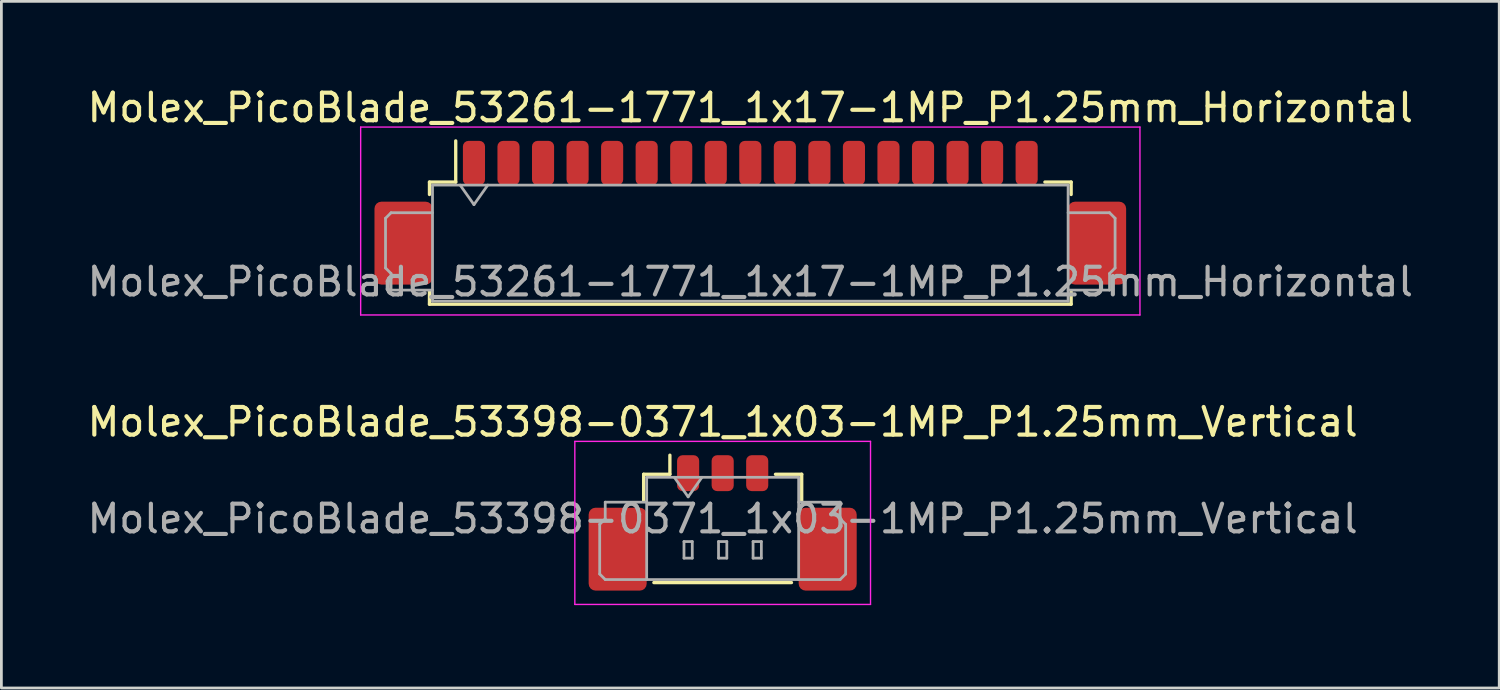
<source format=kicad_pcb>
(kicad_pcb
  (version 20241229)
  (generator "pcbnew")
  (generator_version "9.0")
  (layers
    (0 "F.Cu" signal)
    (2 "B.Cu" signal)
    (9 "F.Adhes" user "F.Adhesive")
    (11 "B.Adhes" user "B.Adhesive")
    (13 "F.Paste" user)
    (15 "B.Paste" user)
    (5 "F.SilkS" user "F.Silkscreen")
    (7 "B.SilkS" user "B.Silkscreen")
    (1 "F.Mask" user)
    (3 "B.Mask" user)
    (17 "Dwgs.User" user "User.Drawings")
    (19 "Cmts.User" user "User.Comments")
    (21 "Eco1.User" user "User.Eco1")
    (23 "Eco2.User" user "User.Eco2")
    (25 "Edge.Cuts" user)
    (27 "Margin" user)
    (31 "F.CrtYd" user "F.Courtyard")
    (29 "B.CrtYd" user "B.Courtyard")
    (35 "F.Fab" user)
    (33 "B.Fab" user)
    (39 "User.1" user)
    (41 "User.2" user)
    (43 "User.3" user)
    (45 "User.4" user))
  (footprint "Molex_PicoBlade_53398-0371_1x03-1MP_P1.25mm_Vertical"
    (layer "F.Cu")
    (at 23.101 15.322)
    (property "Reference" "Molex_PicoBlade_53398-0371_1x03-1MP_P1.25mm_Vertical" (at 0 -3.1 0) (layer "F.SilkS") (effects (font (size 1 1) (thickness 0.15))))
    (attr smd)
    (fp_line (start -2.86 -1.21) (end -1.91 -1.21) (stroke (width 0.12) (type solid)) (layer "F.SilkS"))
    (fp_line (start -2.86 -0.26) (end -2.86 -1.21) (stroke (width 0.12) (type solid)) (layer "F.SilkS"))
    (fp_line (start -2.49 2.71) (end 2.49 2.71) (stroke (width 0.12) (type solid)) (layer "F.SilkS"))
    (fp_line (start -1.91 -1.21) (end -1.91 -1.9) (stroke (width 0.12) (type solid)) (layer "F.SilkS"))
    (fp_line (start 2.86 -1.21) (end 1.91 -1.21) (stroke (width 0.12) (type solid)) (layer "F.SilkS"))
    (fp_line (start 2.86 -0.26) (end 2.86 -1.21) (stroke (width 0.12) (type solid)) (layer "F.SilkS"))
    (fp_line (start -5.35 -2.4) (end -5.35 3.5) (stroke (width 0.05) (type solid)) (layer "F.CrtYd"))
    (fp_line (start -5.35 3.5) (end 5.35 3.5) (stroke (width 0.05) (type solid)) (layer "F.CrtYd"))
    (fp_line (start 5.35 -2.4) (end -5.35 -2.4) (stroke (width 0.05) (type solid)) (layer "F.CrtYd"))
    (fp_line (start 5.35 3.5) (end 5.35 -2.4) (stroke (width 0.05) (type solid)) (layer "F.CrtYd"))
    (fp_line (start -4.45 0.6) (end -4.25 0.4) (stroke (width 0.1) (type solid)) (layer "F.Fab"))
    (fp_line (start -4.45 2.4) (end -4.45 0.6) (stroke (width 0.1) (type solid)) (layer "F.Fab"))
    (fp_line (start -4.25 -0.2) (end -2.75 -0.2) (stroke (width 0.1) (type solid)) (layer "F.Fab"))
    (fp_line (start -4.25 0.4) (end -4.25 -0.2) (stroke (width 0.1) (type solid)) (layer "F.Fab"))
    (fp_line (start -4.25 2.6) (end -4.45 2.4) (stroke (width 0.1) (type solid)) (layer "F.Fab"))
    (fp_line (start -2.75 -1.1) (end -2.75 2.6) (stroke (width 0.1) (type solid)) (layer "F.Fab"))
    (fp_line (start -2.75 -1.1) (end 2.75 -1.1) (stroke (width 0.1) (type solid)) (layer "F.Fab"))
    (fp_line (start -2.75 2.6) (end -4.25 2.6) (stroke (width 0.1) (type solid)) (layer "F.Fab"))
    (fp_line (start -2.75 2.6) (end 2.75 2.6) (stroke (width 0.1) (type solid)) (layer "F.Fab"))
    (fp_line (start -1.75 -1.1) (end -1.25 -0.393) (stroke (width 0.1) (type solid)) (layer "F.Fab"))
    (fp_line (start -1.4 1.225) (end -1.4 1.825) (stroke (width 0.1) (type solid)) (layer "F.Fab"))
    (fp_line (start -1.4 1.825) (end -1.1 1.825) (stroke (width 0.1) (type solid)) (layer "F.Fab"))
    (fp_line (start -1.25 -0.393) (end -0.75 -1.1) (stroke (width 0.1) (type solid)) (layer "F.Fab"))
    (fp_line (start -1.1 1.225) (end -1.4 1.225) (stroke (width 0.1) (type solid)) (layer "F.Fab"))
    (fp_line (start -1.1 1.825) (end -1.1 1.225) (stroke (width 0.1) (type solid)) (layer "F.Fab"))
    (fp_line (start -0.15 1.225) (end -0.15 1.825) (stroke (width 0.1) (type solid)) (layer "F.Fab"))
    (fp_line (start -0.15 1.825) (end 0.15 1.825) (stroke (width 0.1) (type solid)) (layer "F.Fab"))
    (fp_line (start 0.15 1.225) (end -0.15 1.225) (stroke (width 0.1) (type solid)) (layer "F.Fab"))
    (fp_line (start 0.15 1.825) (end 0.15 1.225) (stroke (width 0.1) (type solid)) (layer "F.Fab"))
    (fp_line (start 1.1 1.225) (end 1.1 1.825) (stroke (width 0.1) (type solid)) (layer "F.Fab"))
    (fp_line (start 1.1 1.825) (end 1.4 1.825) (stroke (width 0.1) (type solid)) (layer "F.Fab"))
    (fp_line (start 1.4 1.225) (end 1.1 1.225) (stroke (width 0.1) (type solid)) (layer "F.Fab"))
    (fp_line (start 1.4 1.825) (end 1.4 1.225) (stroke (width 0.1) (type solid)) (layer "F.Fab"))
    (fp_line (start 2.75 -1.1) (end 2.75 2.6) (stroke (width 0.1) (type solid)) (layer "F.Fab"))
    (fp_line (start 2.75 2.6) (end 4.25 2.6) (stroke (width 0.1) (type solid)) (layer "F.Fab"))
    (fp_line (start 4.25 -0.2) (end 2.75 -0.2) (stroke (width 0.1) (type solid)) (layer "F.Fab"))
    (fp_line (start 4.25 0.4) (end 4.25 -0.2) (stroke (width 0.1) (type solid)) (layer "F.Fab"))
    (fp_line (start 4.25 2.6) (end 4.45 2.4) (stroke (width 0.1) (type solid)) (layer "F.Fab"))
    (fp_line (start 4.45 0.6) (end 4.25 0.4) (stroke (width 0.1) (type solid)) (layer "F.Fab"))
    (fp_line (start 4.45 2.4) (end 4.45 0.6) (stroke (width 0.1) (type solid)) (layer "F.Fab"))
    (fp_text user "${REFERENCE}" (at 0 0.4 0) (layer "F.Fab") (effects (font (size 1 1) (thickness 0.15))))
    (pad "1" smd roundrect (at -1.25 -1.25) (size 0.8 1.3) (layers "F.Cu" "F.Mask" "F.Paste") (roundrect_rratio 0.25))
    (pad "2" smd roundrect (at 0 -1.25) (size 0.8 1.3) (layers "F.Cu" "F.Mask" "F.Paste") (roundrect_rratio 0.25))
    (pad "3" smd roundrect (at 1.25 -1.25) (size 0.8 1.3) (layers "F.Cu" "F.Mask" "F.Paste") (roundrect_rratio 0.25))
    (pad "MP" smd roundrect (at -3.8 1.5) (size 2.1 3) (layers "F.Cu" "F.Mask" "F.Paste") (roundrect_rratio 0.119))
    (pad "MP" smd roundrect (at 3.8 1.5) (size 2.1 3) (layers "F.Cu" "F.Mask" "F.Paste") (roundrect_rratio 0.119)))
  (footprint "Molex_PicoBlade_53261-1771_1x17-1MP_P1.25mm_Horizontal"
    (layer "F.Cu")
    (at 24.101 5.248)
    (property "Reference" "Molex_PicoBlade_53261-1771_1x17-1MP_P1.25mm_Horizontal" (at 0 -4.4 0) (layer "F.SilkS") (effects (font (size 1 1) (thickness 0.15))))
    (attr smd)
    (fp_line (start -11.61 -1.71) (end -10.66 -1.71) (stroke (width 0.12) (type solid)) (layer "F.SilkS"))
    (fp_line (start -11.61 -1.26) (end -11.61 -1.71) (stroke (width 0.12) (type solid)) (layer "F.SilkS"))
    (fp_line (start -11.61 2.26) (end -11.61 2.71) (stroke (width 0.12) (type solid)) (layer "F.SilkS"))
    (fp_line (start -11.61 2.71) (end 11.61 2.71) (stroke (width 0.12) (type solid)) (layer "F.SilkS"))
    (fp_line (start -10.66 -1.71) (end -10.66 -3.2) (stroke (width 0.12) (type solid)) (layer "F.SilkS"))
    (fp_line (start 11.61 -1.71) (end 10.66 -1.71) (stroke (width 0.12) (type solid)) (layer "F.SilkS"))
    (fp_line (start 11.61 -1.26) (end 11.61 -1.71) (stroke (width 0.12) (type solid)) (layer "F.SilkS"))
    (fp_line (start 11.61 2.71) (end 11.61 2.26) (stroke (width 0.12) (type solid)) (layer "F.SilkS"))
    (fp_line (start -14.1 -3.7) (end -14.1 3.1) (stroke (width 0.05) (type solid)) (layer "F.CrtYd"))
    (fp_line (start -14.1 3.1) (end 14.1 3.1) (stroke (width 0.05) (type solid)) (layer "F.CrtYd"))
    (fp_line (start 14.1 -3.7) (end -14.1 -3.7) (stroke (width 0.05) (type solid)) (layer "F.CrtYd"))
    (fp_line (start 14.1 3.1) (end 14.1 -3.7) (stroke (width 0.05) (type solid)) (layer "F.CrtYd"))
    (fp_line (start -13.2 -0.4) (end -13.2 1.4) (stroke (width 0.1) (type solid)) (layer "F.Fab"))
    (fp_line (start -13.2 1.4) (end -13 1.6) (stroke (width 0.1) (type solid)) (layer "F.Fab"))
    (fp_line (start -13 -0.6) (end -13.2 -0.4) (stroke (width 0.1) (type solid)) (layer "F.Fab"))
    (fp_line (start -13 1.6) (end -13 2.2) (stroke (width 0.1) (type solid)) (layer "F.Fab"))
    (fp_line (start -13 2.2) (end -11.5 2.2) (stroke (width 0.1) (type solid)) (layer "F.Fab"))
    (fp_line (start -11.5 -1.6) (end -11.5 2.6) (stroke (width 0.1) (type solid)) (layer "F.Fab"))
    (fp_line (start -11.5 -1.6) (end 11.5 -1.6) (stroke (width 0.1) (type solid)) (layer "F.Fab"))
    (fp_line (start -11.5 -0.6) (end -13 -0.6) (stroke (width 0.1) (type solid)) (layer "F.Fab"))
    (fp_line (start -11.5 2.6) (end 11.5 2.6) (stroke (width 0.1) (type solid)) (layer "F.Fab"))
    (fp_line (start -10.5 -1.6) (end -10 -0.893) (stroke (width 0.1) (type solid)) (layer "F.Fab"))
    (fp_line (start -10 -0.893) (end -9.5 -1.6) (stroke (width 0.1) (type solid)) (layer "F.Fab"))
    (fp_line (start 11.5 -1.6) (end 11.5 2.6) (stroke (width 0.1) (type solid)) (layer "F.Fab"))
    (fp_line (start 11.5 -0.6) (end 13 -0.6) (stroke (width 0.1) (type solid)) (layer "F.Fab"))
    (fp_line (start 13 -0.6) (end 13.2 -0.4) (stroke (width 0.1) (type solid)) (layer "F.Fab"))
    (fp_line (start 13 1.6) (end 13 2.2) (stroke (width 0.1) (type solid)) (layer "F.Fab"))
    (fp_line (start 13 2.2) (end 11.5 2.2) (stroke (width 0.1) (type solid)) (layer "F.Fab"))
    (fp_line (start 13.2 -0.4) (end 13.2 1.4) (stroke (width 0.1) (type solid)) (layer "F.Fab"))
    (fp_line (start 13.2 1.4) (end 13 1.6) (stroke (width 0.1) (type solid)) (layer "F.Fab"))
    (fp_text user "${REFERENCE}" (at 0 1.9 0) (layer "F.Fab") (effects (font (size 1 1) (thickness 0.15))))
    (pad "1" smd roundrect (at -10 -2.4) (size 0.8 1.6) (layers "F.Cu" "F.Mask" "F.Paste") (roundrect_rratio 0.25))
    (pad "2" smd roundrect (at -8.75 -2.4) (size 0.8 1.6) (layers "F.Cu" "F.Mask" "F.Paste") (roundrect_rratio 0.25))
    (pad "3" smd roundrect (at -7.5 -2.4) (size 0.8 1.6) (layers "F.Cu" "F.Mask" "F.Paste") (roundrect_rratio 0.25))
    (pad "4" smd roundrect (at -6.25 -2.4) (size 0.8 1.6) (layers "F.Cu" "F.Mask" "F.Paste") (roundrect_rratio 0.25))
    (pad "5" smd roundrect (at -5 -2.4) (size 0.8 1.6) (layers "F.Cu" "F.Mask" "F.Paste") (roundrect_rratio 0.25))
    (pad "6" smd roundrect (at -3.75 -2.4) (size 0.8 1.6) (layers "F.Cu" "F.Mask" "F.Paste") (roundrect_rratio 0.25))
    (pad "7" smd roundrect (at -2.5 -2.4) (size 0.8 1.6) (layers "F.Cu" "F.Mask" "F.Paste") (roundrect_rratio 0.25))
    (pad "8" smd roundrect (at -1.25 -2.4) (size 0.8 1.6) (layers "F.Cu" "F.Mask" "F.Paste") (roundrect_rratio 0.25))
    (pad "9" smd roundrect (at 0 -2.4) (size 0.8 1.6) (layers "F.Cu" "F.Mask" "F.Paste") (roundrect_rratio 0.25))
    (pad "10" smd roundrect (at 1.25 -2.4) (size 0.8 1.6) (layers "F.Cu" "F.Mask" "F.Paste") (roundrect_rratio 0.25))
    (pad "11" smd roundrect (at 2.5 -2.4) (size 0.8 1.6) (layers "F.Cu" "F.Mask" "F.Paste") (roundrect_rratio 0.25))
    (pad "12" smd roundrect (at 3.75 -2.4) (size 0.8 1.6) (layers "F.Cu" "F.Mask" "F.Paste") (roundrect_rratio 0.25))
    (pad "13" smd roundrect (at 5 -2.4) (size 0.8 1.6) (layers "F.Cu" "F.Mask" "F.Paste") (roundrect_rratio 0.25))
    (pad "14" smd roundrect (at 6.25 -2.4) (size 0.8 1.6) (layers "F.Cu" "F.Mask" "F.Paste") (roundrect_rratio 0.25))
    (pad "15" smd roundrect (at 7.5 -2.4) (size 0.8 1.6) (layers "F.Cu" "F.Mask" "F.Paste") (roundrect_rratio 0.25))
    (pad "16" smd roundrect (at 8.75 -2.4) (size 0.8 1.6) (layers "F.Cu" "F.Mask" "F.Paste") (roundrect_rratio 0.25))
    (pad "17" smd roundrect (at 10 -2.4) (size 0.8 1.6) (layers "F.Cu" "F.Mask" "F.Paste") (roundrect_rratio 0.25))
    (pad "MP" smd roundrect (at -12.55 0.5) (size 2.1 3) (layers "F.Cu" "F.Mask" "F.Paste") (roundrect_rratio 0.119))
    (pad "MP" smd roundrect (at 12.55 0.5) (size 2.1 3) (layers "F.Cu" "F.Mask" "F.Paste") (roundrect_rratio 0.119)))
  (gr_rect
    (start -3 -3)
    (end 51.202 21.846)
    (stroke (width 0.1) (type default))
    (fill no)
    (layer "Edge.Cuts")))
</source>
